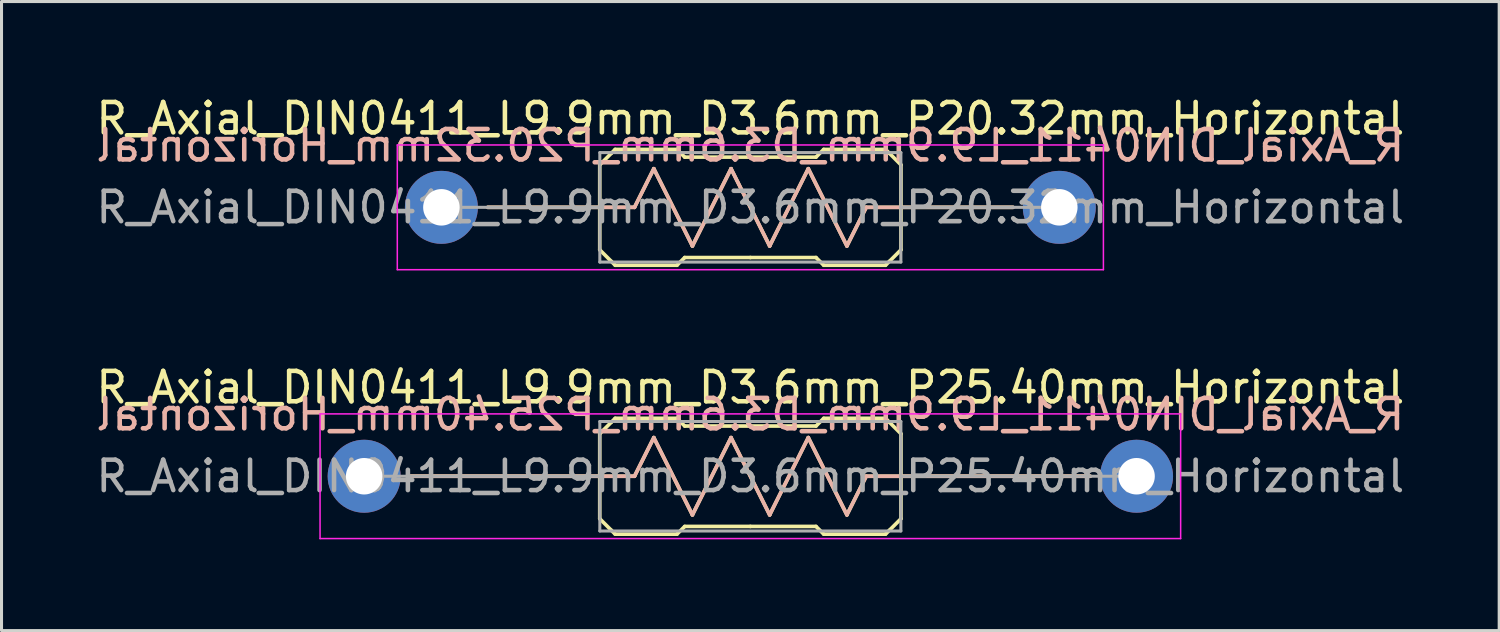
<source format=kicad_pcb>
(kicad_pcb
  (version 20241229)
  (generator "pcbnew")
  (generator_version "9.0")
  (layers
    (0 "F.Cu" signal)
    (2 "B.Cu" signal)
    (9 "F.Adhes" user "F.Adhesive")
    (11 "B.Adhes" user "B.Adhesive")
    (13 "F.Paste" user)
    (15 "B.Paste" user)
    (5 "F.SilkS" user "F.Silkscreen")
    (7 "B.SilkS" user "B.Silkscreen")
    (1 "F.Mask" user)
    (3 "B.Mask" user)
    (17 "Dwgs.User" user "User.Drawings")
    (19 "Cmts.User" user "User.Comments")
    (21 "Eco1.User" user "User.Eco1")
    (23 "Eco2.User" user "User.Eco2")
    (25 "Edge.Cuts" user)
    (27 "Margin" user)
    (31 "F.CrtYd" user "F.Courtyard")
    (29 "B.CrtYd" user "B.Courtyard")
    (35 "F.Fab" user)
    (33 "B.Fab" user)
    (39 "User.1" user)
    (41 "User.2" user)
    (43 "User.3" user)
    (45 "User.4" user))
  (footprint "R_Axial_DIN0411_L9.9mm_D3.6mm_P20.32mm_Horizontal"
    (layer "F.Cu")
    (at 11.465 3.768)
    (property "Reference" "R_Axial_DIN0411_L9.9mm_D3.6mm_P20.32mm_Horizontal" (at 10.16 -2.92 0) (layer "F.SilkS") (effects (font (size 1 1) (thickness 0.15))))
    (attr through_hole)
    (fp_line (start 5.207 -1.397) (end 5.588 -1.778) (stroke (width 0.12) (type solid)) (layer "F.SilkS"))
    (fp_line (start 5.207 0) (end 1.524 0) (stroke (width 0.12) (type solid)) (layer "F.SilkS"))
    (fp_line (start 5.207 1.397) (end 5.207 -1.397) (stroke (width 0.12) (type solid)) (layer "F.SilkS"))
    (fp_line (start 5.207 1.397) (end 5.588 1.778) (stroke (width 0.12) (type solid)) (layer "F.SilkS"))
    (fp_line (start 5.588 -1.778) (end 5.715 -1.905) (stroke (width 0.12) (type solid)) (layer "F.SilkS"))
    (fp_line (start 5.588 1.778) (end 5.715 1.905) (stroke (width 0.12) (type solid)) (layer "F.SilkS"))
    (fp_line (start 5.715 -1.905) (end 7.747 -1.905) (stroke (width 0.12) (type solid)) (layer "F.SilkS"))
    (fp_line (start 5.715 1.905) (end 7.747 1.905) (stroke (width 0.12) (type solid)) (layer "F.SilkS"))
    (fp_line (start 6.35 0) (end 5.207 0) (stroke (width 0.12) (type solid)) (layer "F.SilkS"))
    (fp_line (start 6.35 0) (end 6.985 -1.27) (stroke (width 0.12) (type solid)) (layer "F.SilkS"))
    (fp_line (start 6.985 -1.27) (end 8.255 1.27) (stroke (width 0.12) (type solid)) (layer "F.SilkS"))
    (fp_line (start 7.747 -1.905) (end 8.001 -1.651) (stroke (width 0.12) (type solid)) (layer "F.SilkS"))
    (fp_line (start 7.747 1.905) (end 8.001 1.651) (stroke (width 0.12) (type solid)) (layer "F.SilkS"))
    (fp_line (start 8.001 -1.651) (end 10.16 -1.651) (stroke (width 0.12) (type solid)) (layer "F.SilkS"))
    (fp_line (start 8.001 1.651) (end 10.16 1.651) (stroke (width 0.12) (type solid)) (layer "F.SilkS"))
    (fp_line (start 8.255 1.27) (end 9.525 -1.27) (stroke (width 0.12) (type solid)) (layer "F.SilkS"))
    (fp_line (start 9.525 -1.27) (end 10.795 1.27) (stroke (width 0.12) (type solid)) (layer "F.SilkS"))
    (fp_line (start 10.795 1.27) (end 12.065 -1.27) (stroke (width 0.12) (type solid)) (layer "F.SilkS"))
    (fp_line (start 12.065 -1.27) (end 13.335 1.27) (stroke (width 0.12) (type solid)) (layer "F.SilkS"))
    (fp_line (start 12.319 -1.651) (end 10.16 -1.651) (stroke (width 0.12) (type solid)) (layer "F.SilkS"))
    (fp_line (start 12.319 1.651) (end 10.16 1.651) (stroke (width 0.12) (type solid)) (layer "F.SilkS"))
    (fp_line (start 12.573 -1.905) (end 12.319 -1.651) (stroke (width 0.12) (type solid)) (layer "F.SilkS"))
    (fp_line (start 12.573 1.905) (end 12.319 1.651) (stroke (width 0.12) (type solid)) (layer "F.SilkS"))
    (fp_line (start 13.335 1.27) (end 13.97 0) (stroke (width 0.12) (type solid)) (layer "F.SilkS"))
    (fp_line (start 13.97 0) (end 15.113 0) (stroke (width 0.12) (type solid)) (layer "F.SilkS"))
    (fp_line (start 14.605 -1.905) (end 12.573 -1.905) (stroke (width 0.12) (type solid)) (layer "F.SilkS"))
    (fp_line (start 14.605 1.905) (end 12.573 1.905) (stroke (width 0.12) (type solid)) (layer "F.SilkS"))
    (fp_line (start 14.732 -1.778) (end 14.605 -1.905) (stroke (width 0.12) (type solid)) (layer "F.SilkS"))
    (fp_line (start 14.732 1.778) (end 14.605 1.905) (stroke (width 0.12) (type solid)) (layer "F.SilkS"))
    (fp_line (start 15.113 -1.397) (end 14.732 -1.778) (stroke (width 0.12) (type solid)) (layer "F.SilkS"))
    (fp_line (start 15.113 0) (end 18.796 0) (stroke (width 0.12) (type solid)) (layer "F.SilkS"))
    (fp_line (start 15.113 1.397) (end 14.732 1.778) (stroke (width 0.12) (type solid)) (layer "F.SilkS"))
    (fp_line (start 15.113 1.397) (end 15.113 -1.397) (stroke (width 0.12) (type solid)) (layer "F.SilkS"))
    (fp_line (start 1.524 0) (end 6.35 0) (stroke (width 0.12) (type solid)) (layer "B.SilkS"))
    (fp_line (start 6.35 0) (end 6.985 -1.27) (stroke (width 0.12) (type solid)) (layer "B.SilkS"))
    (fp_line (start 6.985 -1.27) (end 8.255 1.27) (stroke (width 0.12) (type solid)) (layer "B.SilkS"))
    (fp_line (start 8.255 1.27) (end 9.525 -1.27) (stroke (width 0.12) (type solid)) (layer "B.SilkS"))
    (fp_line (start 9.525 -1.27) (end 10.795 1.27) (stroke (width 0.12) (type solid)) (layer "B.SilkS"))
    (fp_line (start 10.795 1.27) (end 12.065 -1.27) (stroke (width 0.12) (type solid)) (layer "B.SilkS"))
    (fp_line (start 12.065 -1.27) (end 13.335 1.27) (stroke (width 0.12) (type solid)) (layer "B.SilkS"))
    (fp_line (start 13.335 1.27) (end 13.97 0) (stroke (width 0.12) (type solid)) (layer "B.SilkS"))
    (fp_line (start 13.97 0) (end 18.796 0) (stroke (width 0.12) (type solid)) (layer "B.SilkS"))
    (fp_line (start -1.45 -2.05) (end -1.45 2.05) (stroke (width 0.05) (type solid)) (layer "F.CrtYd"))
    (fp_line (start -1.45 2.05) (end 21.77 2.05) (stroke (width 0.05) (type solid)) (layer "F.CrtYd"))
    (fp_line (start 21.77 -2.05) (end -1.45 -2.05) (stroke (width 0.05) (type solid)) (layer "F.CrtYd"))
    (fp_line (start 21.77 2.05) (end 21.77 -2.05) (stroke (width 0.05) (type solid)) (layer "F.CrtYd"))
    (fp_line (start 0 0) (end 5.21 0) (stroke (width 0.1) (type solid)) (layer "F.Fab"))
    (fp_line (start 5.21 -1.8) (end 5.21 1.8) (stroke (width 0.1) (type solid)) (layer "F.Fab"))
    (fp_line (start 5.21 1.8) (end 15.11 1.8) (stroke (width 0.1) (type solid)) (layer "F.Fab"))
    (fp_line (start 15.11 -1.8) (end 5.21 -1.8) (stroke (width 0.1) (type solid)) (layer "F.Fab"))
    (fp_line (start 15.11 1.8) (end 15.11 -1.8) (stroke (width 0.1) (type solid)) (layer "F.Fab"))
    (fp_line (start 20.32 0) (end 15.11 0) (stroke (width 0.1) (type solid)) (layer "F.Fab"))
    (fp_text user "${REFERENCE}" (at 10.16 -2.032 0) (unlocked yes) (layer "B.SilkS") (effects (font (size 1 1) (thickness 0.15)) (justify mirror)))
    (fp_text user "${REFERENCE}" (at 10.16 0 0) (layer "F.Fab") (effects (font (size 1 1) (thickness 0.15))))
    (pad "1" thru_hole circle (at 0 0) (size 2.4 2.4) (drill 1.2) (layers "*.Cu" "*.Mask"))
    (pad "2" thru_hole oval (at 20.32 0) (size 2.4 2.4) (drill 1.2) (layers "*.Cu" "*.Mask")))
  (footprint "R_Axial_DIN0411_L9.9mm_D3.6mm_P25.40mm_Horizontal"
    (layer "F.Cu")
    (at 8.925 12.611)
    (property "Reference" "R_Axial_DIN0411_L9.9mm_D3.6mm_P25.40mm_Horizontal" (at 12.7 -2.92 0) (layer "F.SilkS") (effects (font (size 1 1) (thickness 0.15))))
    (attr through_hole)
    (fp_line (start 7.747 -1.397) (end 8.128 -1.778) (stroke (width 0.12) (type solid)) (layer "F.SilkS"))
    (fp_line (start 7.747 0) (end 1.524 0) (stroke (width 0.12) (type solid)) (layer "F.SilkS"))
    (fp_line (start 7.747 1.397) (end 7.747 -1.397) (stroke (width 0.12) (type solid)) (layer "F.SilkS"))
    (fp_line (start 7.747 1.397) (end 8.128 1.778) (stroke (width 0.12) (type solid)) (layer "F.SilkS"))
    (fp_line (start 8.128 -1.778) (end 8.255 -1.905) (stroke (width 0.12) (type solid)) (layer "F.SilkS"))
    (fp_line (start 8.128 1.778) (end 8.255 1.905) (stroke (width 0.12) (type solid)) (layer "F.SilkS"))
    (fp_line (start 8.255 -1.905) (end 10.287 -1.905) (stroke (width 0.12) (type solid)) (layer "F.SilkS"))
    (fp_line (start 8.255 1.905) (end 10.287 1.905) (stroke (width 0.12) (type solid)) (layer "F.SilkS"))
    (fp_line (start 8.89 0) (end 7.747 0) (stroke (width 0.12) (type solid)) (layer "F.SilkS"))
    (fp_line (start 8.89 0) (end 9.525 -1.27) (stroke (width 0.12) (type solid)) (layer "F.SilkS"))
    (fp_line (start 9.525 -1.27) (end 10.795 1.27) (stroke (width 0.12) (type solid)) (layer "F.SilkS"))
    (fp_line (start 10.287 -1.905) (end 10.541 -1.651) (stroke (width 0.12) (type solid)) (layer "F.SilkS"))
    (fp_line (start 10.287 1.905) (end 10.541 1.651) (stroke (width 0.12) (type solid)) (layer "F.SilkS"))
    (fp_line (start 10.541 -1.651) (end 12.7 -1.651) (stroke (width 0.12) (type solid)) (layer "F.SilkS"))
    (fp_line (start 10.541 1.651) (end 12.7 1.651) (stroke (width 0.12) (type solid)) (layer "F.SilkS"))
    (fp_line (start 10.795 1.27) (end 12.065 -1.27) (stroke (width 0.12) (type solid)) (layer "F.SilkS"))
    (fp_line (start 12.065 -1.27) (end 13.335 1.27) (stroke (width 0.12) (type solid)) (layer "F.SilkS"))
    (fp_line (start 13.335 1.27) (end 14.605 -1.27) (stroke (width 0.12) (type solid)) (layer "F.SilkS"))
    (fp_line (start 14.605 -1.27) (end 15.875 1.27) (stroke (width 0.12) (type solid)) (layer "F.SilkS"))
    (fp_line (start 14.859 -1.651) (end 12.7 -1.651) (stroke (width 0.12) (type solid)) (layer "F.SilkS"))
    (fp_line (start 14.859 1.651) (end 12.7 1.651) (stroke (width 0.12) (type solid)) (layer "F.SilkS"))
    (fp_line (start 15.113 -1.905) (end 14.859 -1.651) (stroke (width 0.12) (type solid)) (layer "F.SilkS"))
    (fp_line (start 15.113 1.905) (end 14.859 1.651) (stroke (width 0.12) (type solid)) (layer "F.SilkS"))
    (fp_line (start 15.875 1.27) (end 16.51 0) (stroke (width 0.12) (type solid)) (layer "F.SilkS"))
    (fp_line (start 16.51 0) (end 17.653 0) (stroke (width 0.12) (type solid)) (layer "F.SilkS"))
    (fp_line (start 17.145 -1.905) (end 15.113 -1.905) (stroke (width 0.12) (type solid)) (layer "F.SilkS"))
    (fp_line (start 17.145 1.905) (end 15.113 1.905) (stroke (width 0.12) (type solid)) (layer "F.SilkS"))
    (fp_line (start 17.272 -1.778) (end 17.145 -1.905) (stroke (width 0.12) (type solid)) (layer "F.SilkS"))
    (fp_line (start 17.272 1.778) (end 17.145 1.905) (stroke (width 0.12) (type solid)) (layer "F.SilkS"))
    (fp_line (start 17.653 -1.397) (end 17.272 -1.778) (stroke (width 0.12) (type solid)) (layer "F.SilkS"))
    (fp_line (start 17.653 0) (end 23.876 0) (stroke (width 0.12) (type solid)) (layer "F.SilkS"))
    (fp_line (start 17.653 1.397) (end 17.272 1.778) (stroke (width 0.12) (type solid)) (layer "F.SilkS"))
    (fp_line (start 17.653 1.397) (end 17.653 -1.397) (stroke (width 0.12) (type solid)) (layer "F.SilkS"))
    (fp_line (start 1.524 0) (end 8.89 0) (stroke (width 0.12) (type solid)) (layer "B.SilkS"))
    (fp_line (start 8.89 0) (end 9.525 -1.27) (stroke (width 0.12) (type solid)) (layer "B.SilkS"))
    (fp_line (start 9.525 -1.27) (end 10.795 1.27) (stroke (width 0.12) (type solid)) (layer "B.SilkS"))
    (fp_line (start 10.795 1.27) (end 12.065 -1.27) (stroke (width 0.12) (type solid)) (layer "B.SilkS"))
    (fp_line (start 12.065 -1.27) (end 13.335 1.27) (stroke (width 0.12) (type solid)) (layer "B.SilkS"))
    (fp_line (start 13.335 1.27) (end 14.605 -1.27) (stroke (width 0.12) (type solid)) (layer "B.SilkS"))
    (fp_line (start 14.605 -1.27) (end 15.875 1.27) (stroke (width 0.12) (type solid)) (layer "B.SilkS"))
    (fp_line (start 15.875 1.27) (end 16.51 0) (stroke (width 0.12) (type solid)) (layer "B.SilkS"))
    (fp_line (start 16.51 0) (end 23.876 0) (stroke (width 0.12) (type solid)) (layer "B.SilkS"))
    (fp_line (start -1.45 -2.05) (end -1.45 2.05) (stroke (width 0.05) (type solid)) (layer "F.CrtYd"))
    (fp_line (start -1.45 2.05) (end 26.85 2.05) (stroke (width 0.05) (type solid)) (layer "F.CrtYd"))
    (fp_line (start 26.85 -2.05) (end -1.45 -2.05) (stroke (width 0.05) (type solid)) (layer "F.CrtYd"))
    (fp_line (start 26.85 2.05) (end 26.85 -2.05) (stroke (width 0.05) (type solid)) (layer "F.CrtYd"))
    (fp_line (start 0 0) (end 7.75 0) (stroke (width 0.1) (type solid)) (layer "F.Fab"))
    (fp_line (start 7.75 -1.8) (end 7.75 1.8) (stroke (width 0.1) (type solid)) (layer "F.Fab"))
    (fp_line (start 7.75 1.8) (end 17.65 1.8) (stroke (width 0.1) (type solid)) (layer "F.Fab"))
    (fp_line (start 17.65 -1.8) (end 7.75 -1.8) (stroke (width 0.1) (type solid)) (layer "F.Fab"))
    (fp_line (start 17.65 1.8) (end 17.65 -1.8) (stroke (width 0.1) (type solid)) (layer "F.Fab"))
    (fp_line (start 25.4 0) (end 17.65 0) (stroke (width 0.1) (type solid)) (layer "F.Fab"))
    (fp_text user "${REFERENCE}" (at 12.7 -2.032 0) (unlocked yes) (layer "B.SilkS") (effects (font (size 1 1) (thickness 0.15)) (justify mirror)))
    (fp_text user "${REFERENCE}" (at 12.7 0 0) (layer "F.Fab") (effects (font (size 1 1) (thickness 0.15))))
    (pad "1" thru_hole circle (at 0 0) (size 2.4 2.4) (drill 1.2) (layers "*.Cu" "*.Mask"))
    (pad "2" thru_hole oval (at 25.4 0) (size 2.4 2.4) (drill 1.2) (layers "*.Cu" "*.Mask")))
  (gr_rect
    (start -3 -3)
    (end 46.25 17.686)
    (stroke (width 0.1) (type default))
    (fill no)
    (layer "Edge.Cuts")))
</source>
